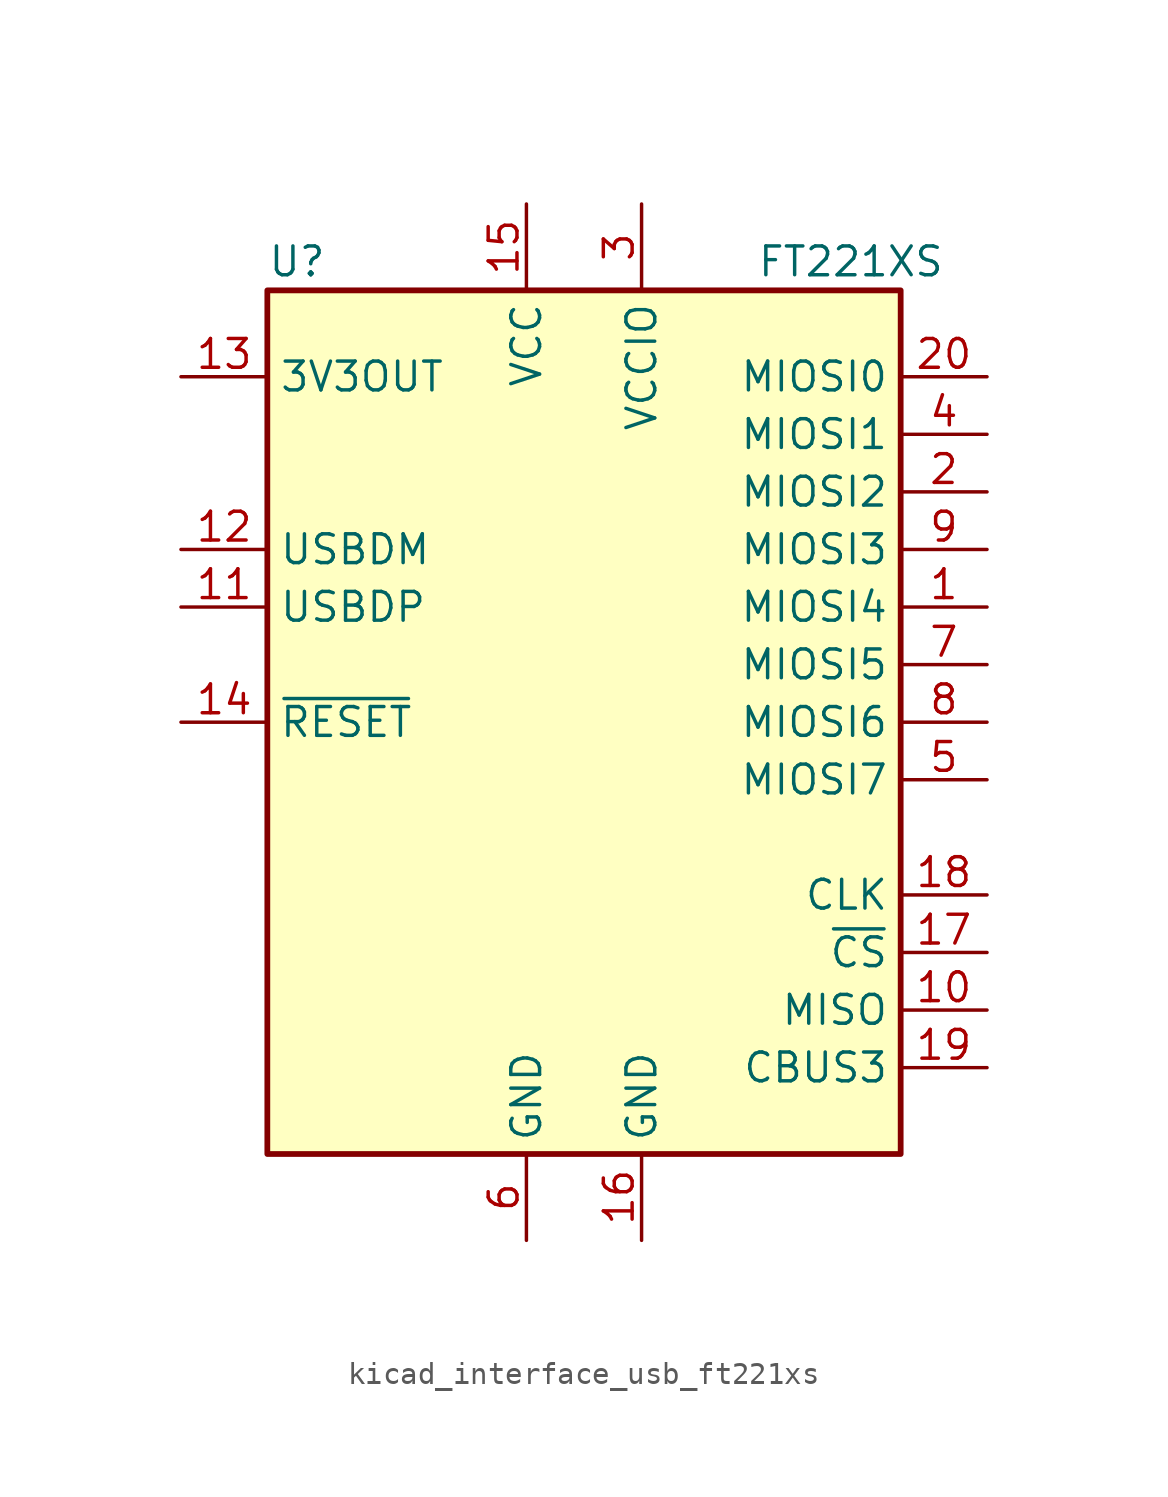
<source format=kicad_sym>
(kicad_symbol_lib
  (version 20220914)
  (generator kicad_symbol_editor)
  (symbol "kicad_interface_usb_ft221xs"
    (property "Reference" "U"
      (at -13.97 20.32 0)
      (effects (font (size 1.27 1.27)) (justify left)))
    (property "Value" "FT221XS"
      (at 7.62 20.32 0)
      (effects (font (size 1.27 1.27)) (justify left)))
    (symbol "kicad_interface_usb_ft221xs_0_1"
      (rectangle (start -13.97 19.05) (end 13.97 -19.05) (stroke (width 0.254) (type default)) (fill (type background))))
    (symbol "kicad_interface_usb_ft221xs_1_1"
      (pin input line (at 17.78 5.08 180) (length 3.81) (name "MIOSI4" (effects (font (size 1.27 1.27)))) (number "1" (effects (font (size 1.27 1.27)))))
      (pin input line (at 17.78 -12.7 180) (length 3.81) (name "MISO" (effects (font (size 1.27 1.27)))) (number "10" (effects (font (size 1.27 1.27)))))
      (pin bidirectional line (at -17.78 5.08 0) (length 3.81) (name "USBDP" (effects (font (size 1.27 1.27)))) (number "11" (effects (font (size 1.27 1.27)))))
      (pin bidirectional line (at -17.78 7.62 0) (length 3.81) (name "USBDM" (effects (font (size 1.27 1.27)))) (number "12" (effects (font (size 1.27 1.27)))))
      (pin power_out line (at -17.78 15.24 0) (length 3.81) (name "3V3OUT" (effects (font (size 1.27 1.27)))) (number "13" (effects (font (size 1.27 1.27)))))
      (pin input line (at -17.78 0 0) (length 3.81) (name "~{RESET}" (effects (font (size 1.27 1.27)))) (number "14" (effects (font (size 1.27 1.27)))))
      (pin power_in line (at -2.54 22.86 270) (length 3.81) (name "VCC" (effects (font (size 1.27 1.27)))) (number "15" (effects (font (size 1.27 1.27)))))
      (pin power_in line (at 2.54 -22.86 90) (length 3.81) (name "GND" (effects (font (size 1.27 1.27)))) (number "16" (effects (font (size 1.27 1.27)))))
      (pin input line (at 17.78 -10.16 180) (length 3.81) (name "~{CS}" (effects (font (size 1.27 1.27)))) (number "17" (effects (font (size 1.27 1.27)))))
      (pin input line (at 17.78 -7.62 180) (length 3.81) (name "CLK" (effects (font (size 1.27 1.27)))) (number "18" (effects (font (size 1.27 1.27)))))
      (pin bidirectional line (at 17.78 -15.24 180) (length 3.81) (name "CBUS3" (effects (font (size 1.27 1.27)))) (number "19" (effects (font (size 1.27 1.27)))))
      (pin input line (at 17.78 10.16 180) (length 3.81) (name "MIOSI2" (effects (font (size 1.27 1.27)))) (number "2" (effects (font (size 1.27 1.27)))))
      (pin input line (at 17.78 15.24 180) (length 3.81) (name "MIOSI0" (effects (font (size 1.27 1.27)))) (number "20" (effects (font (size 1.27 1.27)))))
      (pin power_in line (at 2.54 22.86 270) (length 3.81) (name "VCCIO" (effects (font (size 1.27 1.27)))) (number "3" (effects (font (size 1.27 1.27)))))
      (pin input line (at 17.78 12.7 180) (length 3.81) (name "MIOSI1" (effects (font (size 1.27 1.27)))) (number "4" (effects (font (size 1.27 1.27)))))
      (pin input line (at 17.78 -2.54 180) (length 3.81) (name "MIOSI7" (effects (font (size 1.27 1.27)))) (number "5" (effects (font (size 1.27 1.27)))))
      (pin power_in line (at -2.54 -22.86 90) (length 3.81) (name "GND" (effects (font (size 1.27 1.27)))) (number "6" (effects (font (size 1.27 1.27)))))
      (pin input line (at 17.78 2.54 180) (length 3.81) (name "MIOSI5" (effects (font (size 1.27 1.27)))) (number "7" (effects (font (size 1.27 1.27)))))
      (pin input line (at 17.78 0 180) (length 3.81) (name "MIOSI6" (effects (font (size 1.27 1.27)))) (number "8" (effects (font (size 1.27 1.27)))))
      (pin input line (at 17.78 7.62 180) (length 3.81) (name "MIOSI3" (effects (font (size 1.27 1.27)))) (number "9" (effects (font (size 1.27 1.27))))))))
</source>
